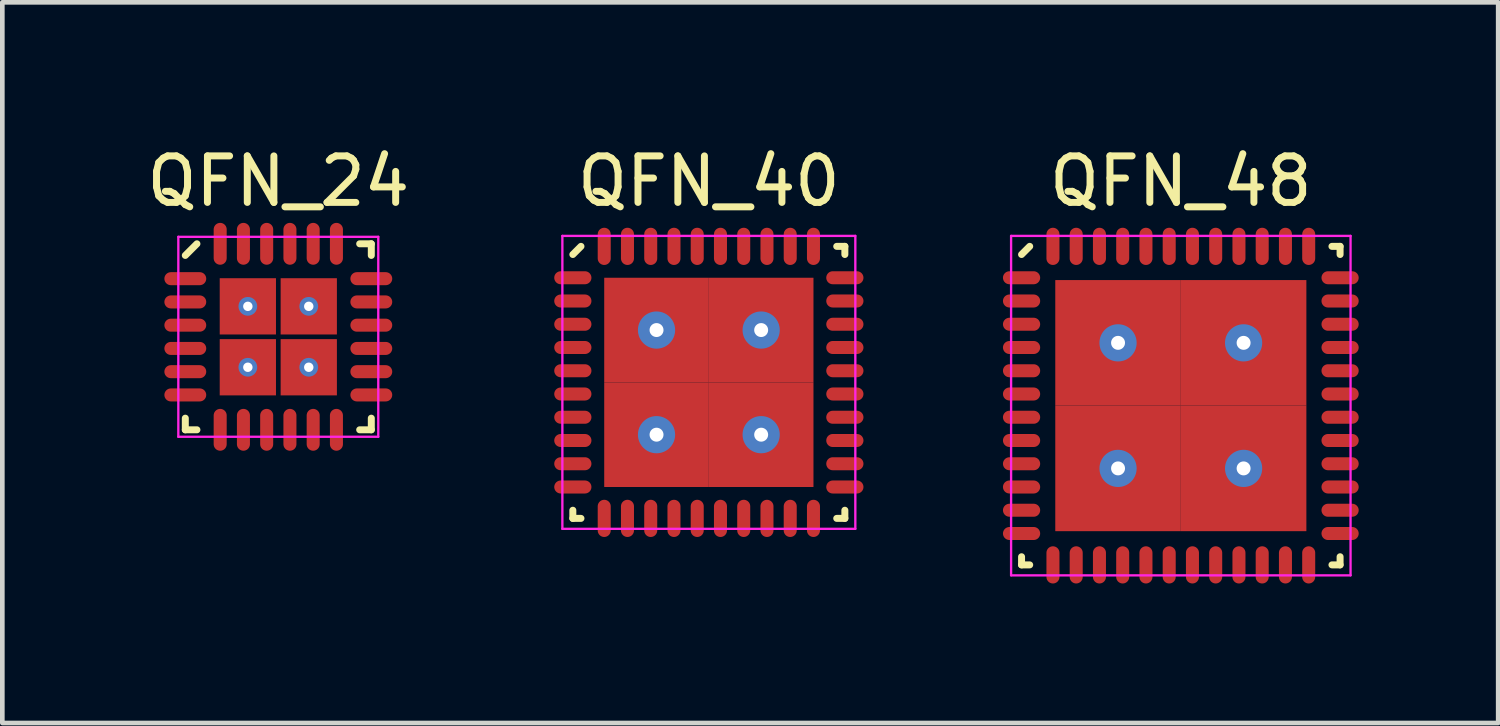
<source format=kicad_pcb>
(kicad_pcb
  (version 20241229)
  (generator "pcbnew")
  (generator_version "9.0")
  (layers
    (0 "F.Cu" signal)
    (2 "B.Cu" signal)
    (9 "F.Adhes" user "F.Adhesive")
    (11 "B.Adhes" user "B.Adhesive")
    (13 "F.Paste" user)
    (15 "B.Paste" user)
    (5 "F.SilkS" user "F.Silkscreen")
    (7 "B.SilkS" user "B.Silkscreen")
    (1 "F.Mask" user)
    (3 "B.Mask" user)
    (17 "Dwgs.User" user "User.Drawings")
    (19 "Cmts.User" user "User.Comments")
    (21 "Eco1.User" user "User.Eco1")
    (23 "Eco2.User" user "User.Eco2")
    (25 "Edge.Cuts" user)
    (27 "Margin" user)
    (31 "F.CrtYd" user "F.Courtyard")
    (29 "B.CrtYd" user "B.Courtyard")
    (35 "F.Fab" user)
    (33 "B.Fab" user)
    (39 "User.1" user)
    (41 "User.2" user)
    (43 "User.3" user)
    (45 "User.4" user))
  (footprint "QFN_40"
    (layer "F.Cu")
    (at 12.194 5.173)
    (property "Reference" "QFN_40" (at 0 -4.325 0) (layer "F.SilkS") (effects (font (size 1 1) (thickness 0.15))))
    (attr smd)
    (fp_line (start -2.925 -2.75) (end -2.75 -2.925) (stroke (width 0.15) (type solid)) (layer "F.SilkS"))
    (fp_line (start -2.925 2.925) (end -2.925 2.75) (stroke (width 0.15) (type solid)) (layer "F.SilkS"))
    (fp_line (start -2.75 2.925) (end -2.925 2.925) (stroke (width 0.15) (type solid)) (layer "F.SilkS"))
    (fp_line (start 2.75 -2.925) (end 2.925 -2.925) (stroke (width 0.15) (type solid)) (layer "F.SilkS"))
    (fp_line (start 2.75 2.925) (end 2.925 2.925) (stroke (width 0.15) (type solid)) (layer "F.SilkS"))
    (fp_line (start 2.925 -2.925) (end 2.925 -2.75) (stroke (width 0.15) (type solid)) (layer "F.SilkS"))
    (fp_line (start 2.925 2.925) (end 2.925 2.75) (stroke (width 0.15) (type solid)) (layer "F.SilkS"))
    (fp_line (start -3.15 -3.15) (end 3.15 -3.15) (stroke (width 0.05) (type solid)) (layer "F.CrtYd"))
    (fp_line (start -3.15 3.15) (end -3.15 -3.15) (stroke (width 0.05) (type solid)) (layer "F.CrtYd"))
    (fp_line (start 3.15 -3.15) (end 3.15 3.15) (stroke (width 0.05) (type solid)) (layer "F.CrtYd"))
    (fp_line (start 3.15 3.15) (end -3.15 3.15) (stroke (width 0.05) (type solid)) (layer "F.CrtYd"))
    (pad "1" smd oval (at -2.925 -2.25 90) (size 0.28 0.8) (layers "F.Cu" "F.Mask" "F.Paste"))
    (pad "2" smd oval (at -2.925 -1.75 90) (size 0.28 0.8) (layers "F.Cu" "F.Mask" "F.Paste"))
    (pad "3" smd oval (at -2.925 -1.25 90) (size 0.28 0.8) (layers "F.Cu" "F.Mask" "F.Paste"))
    (pad "4" smd oval (at -2.925 -0.75 90) (size 0.28 0.8) (layers "F.Cu" "F.Mask" "F.Paste"))
    (pad "5" smd oval (at -2.925 -0.25 90) (size 0.28 0.8) (layers "F.Cu" "F.Mask" "F.Paste"))
    (pad "6" smd oval (at -2.925 0.25 90) (size 0.28 0.8) (layers "F.Cu" "F.Mask" "F.Paste"))
    (pad "7" smd oval (at -2.925 0.75 90) (size 0.28 0.8) (layers "F.Cu" "F.Mask" "F.Paste"))
    (pad "8" smd oval (at -2.925 1.25 90) (size 0.28 0.8) (layers "F.Cu" "F.Mask" "F.Paste"))
    (pad "9" smd oval (at -2.925 1.75 90) (size 0.28 0.8) (layers "F.Cu" "F.Mask" "F.Paste"))
    (pad "10" smd oval (at -2.925 2.25 90) (size 0.28 0.8) (layers "F.Cu" "F.Mask" "F.Paste"))
    (pad "11" smd oval (at -2.25 2.925) (size 0.28 0.8) (layers "F.Cu" "F.Mask" "F.Paste"))
    (pad "12" smd oval (at -1.75 2.925) (size 0.28 0.8) (layers "F.Cu" "F.Mask" "F.Paste"))
    (pad "13" smd oval (at -1.25 2.925) (size 0.28 0.8) (layers "F.Cu" "F.Mask" "F.Paste"))
    (pad "14" smd oval (at -0.75 2.925) (size 0.28 0.8) (layers "F.Cu" "F.Mask" "F.Paste"))
    (pad "15" smd oval (at -0.25 2.925) (size 0.28 0.8) (layers "F.Cu" "F.Mask" "F.Paste"))
    (pad "16" smd oval (at 0.25 2.925) (size 0.28 0.8) (layers "F.Cu" "F.Mask" "F.Paste"))
    (pad "17" smd oval (at 0.75 2.925) (size 0.28 0.8) (layers "F.Cu" "F.Mask" "F.Paste"))
    (pad "18" smd oval (at 1.25 2.925) (size 0.28 0.8) (layers "F.Cu" "F.Mask" "F.Paste"))
    (pad "19" smd oval (at 1.75 2.925) (size 0.28 0.8) (layers "F.Cu" "F.Mask" "F.Paste"))
    (pad "20" smd oval (at 2.25 2.925) (size 0.28 0.8) (layers "F.Cu" "F.Mask" "F.Paste"))
    (pad "21" smd oval (at 2.925 2.25 90) (size 0.28 0.8) (layers "F.Cu" "F.Mask" "F.Paste"))
    (pad "22" smd oval (at 2.925 1.75 90) (size 0.28 0.8) (layers "F.Cu" "F.Mask" "F.Paste"))
    (pad "23" smd oval (at 2.925 1.25 90) (size 0.28 0.8) (layers "F.Cu" "F.Mask" "F.Paste"))
    (pad "24" smd oval (at 2.925 0.75 90) (size 0.28 0.8) (layers "F.Cu" "F.Mask" "F.Paste"))
    (pad "25" smd oval (at 2.925 0.25 90) (size 0.28 0.8) (layers "F.Cu" "F.Mask" "F.Paste"))
    (pad "26" smd oval (at 2.925 -0.25 90) (size 0.28 0.8) (layers "F.Cu" "F.Mask" "F.Paste"))
    (pad "27" smd oval (at 2.925 -0.75 90) (size 0.28 0.8) (layers "F.Cu" "F.Mask" "F.Paste"))
    (pad "28" smd oval (at 2.925 -1.25 90) (size 0.28 0.8) (layers "F.Cu" "F.Mask" "F.Paste"))
    (pad "29" smd oval (at 2.925 -1.75 90) (size 0.28 0.8) (layers "F.Cu" "F.Mask" "F.Paste"))
    (pad "30" smd oval (at 2.925 -2.25 90) (size 0.28 0.8) (layers "F.Cu" "F.Mask" "F.Paste"))
    (pad "31" smd oval (at 2.25 -2.925) (size 0.28 0.8) (layers "F.Cu" "F.Mask" "F.Paste"))
    (pad "32" smd oval (at 1.75 -2.925) (size 0.28 0.8) (layers "F.Cu" "F.Mask" "F.Paste"))
    (pad "33" smd oval (at 1.25 -2.925) (size 0.28 0.8) (layers "F.Cu" "F.Mask" "F.Paste"))
    (pad "34" smd oval (at 0.75 -2.925) (size 0.28 0.8) (layers "F.Cu" "F.Mask" "F.Paste"))
    (pad "35" smd oval (at 0.25 -2.925) (size 0.28 0.8) (layers "F.Cu" "F.Mask" "F.Paste"))
    (pad "36" smd oval (at -0.25 -2.925) (size 0.28 0.8) (layers "F.Cu" "F.Mask" "F.Paste"))
    (pad "37" smd oval (at -0.75 -2.925) (size 0.28 0.8) (layers "F.Cu" "F.Mask" "F.Paste"))
    (pad "38" smd oval (at -1.25 -2.925) (size 0.28 0.8) (layers "F.Cu" "F.Mask" "F.Paste"))
    (pad "39" smd oval (at -1.75 -2.925) (size 0.28 0.8) (layers "F.Cu" "F.Mask" "F.Paste"))
    (pad "40" smd oval (at -2.25 -2.925) (size 0.28 0.8) (layers "F.Cu" "F.Mask" "F.Paste"))
    (pad "41" thru_hole circle (at -1.125 -1.125) (size 0.8 0.8) (drill 0.3) (layers "*.Cu" "*.Mask"))
    (pad "41" smd rect (at -1.125 -1.125) (size 2.25 2.25) (layers "F.Cu" "F.Mask" "F.Paste"))
    (pad "41" thru_hole circle (at -1.125 1.125) (size 0.8 0.8) (drill 0.3) (layers "*.Cu" "*.Mask"))
    (pad "41" smd rect (at -1.125 1.125) (size 2.25 2.25) (layers "F.Cu" "F.Mask" "F.Paste"))
    (pad "41" thru_hole circle (at 1.125 -1.125) (size 0.8 0.8) (drill 0.3) (layers "*.Cu" "*.Mask"))
    (pad "41" smd rect (at 1.125 -1.125) (size 2.25 2.25) (layers "F.Cu" "F.Mask" "F.Paste"))
    (pad "41" thru_hole circle (at 1.125 1.125) (size 0.8 0.8) (drill 0.3) (layers "*.Cu" "*.Mask"))
    (pad "41" smd rect (at 1.125 1.125) (size 2.25 2.25) (layers "F.Cu" "F.Mask" "F.Paste")))
  (footprint "QFN_48"
    (layer "F.Cu")
    (at 22.344 5.673)
    (property "Reference" "QFN_48" (at 0 -4.825 0) (layer "F.SilkS") (effects (font (size 1 1) (thickness 0.15))))
    (attr smd)
    (fp_line (start -3.425 -3.25) (end -3.25 -3.425) (stroke (width 0.15) (type solid)) (layer "F.SilkS"))
    (fp_line (start -3.425 3.425) (end -3.425 3.25) (stroke (width 0.15) (type solid)) (layer "F.SilkS"))
    (fp_line (start -3.25 3.425) (end -3.425 3.425) (stroke (width 0.15) (type solid)) (layer "F.SilkS"))
    (fp_line (start 3.25 -3.425) (end 3.425 -3.425) (stroke (width 0.15) (type solid)) (layer "F.SilkS"))
    (fp_line (start 3.25 3.425) (end 3.425 3.425) (stroke (width 0.15) (type solid)) (layer "F.SilkS"))
    (fp_line (start 3.425 -3.425) (end 3.425 -3.25) (stroke (width 0.15) (type solid)) (layer "F.SilkS"))
    (fp_line (start 3.425 3.425) (end 3.425 3.25) (stroke (width 0.15) (type solid)) (layer "F.SilkS"))
    (fp_line (start -3.65 -3.65) (end 3.65 -3.65) (stroke (width 0.05) (type solid)) (layer "F.CrtYd"))
    (fp_line (start -3.65 3.65) (end -3.65 -3.65) (stroke (width 0.05) (type solid)) (layer "F.CrtYd"))
    (fp_line (start 3.65 -3.65) (end 3.65 3.65) (stroke (width 0.05) (type solid)) (layer "F.CrtYd"))
    (fp_line (start 3.65 3.65) (end -3.65 3.65) (stroke (width 0.05) (type solid)) (layer "F.CrtYd"))
    (pad "1" smd oval (at -3.425 -2.75 90) (size 0.28 0.8) (layers "F.Cu" "F.Mask" "F.Paste"))
    (pad "2" smd oval (at -3.425 -2.25 90) (size 0.28 0.8) (layers "F.Cu" "F.Mask" "F.Paste"))
    (pad "3" smd oval (at -3.425 -1.75 90) (size 0.28 0.8) (layers "F.Cu" "F.Mask" "F.Paste"))
    (pad "4" smd oval (at -3.425 -1.25 90) (size 0.28 0.8) (layers "F.Cu" "F.Mask" "F.Paste"))
    (pad "5" smd oval (at -3.425 -0.75 90) (size 0.28 0.8) (layers "F.Cu" "F.Mask" "F.Paste"))
    (pad "6" smd oval (at -3.425 -0.25 90) (size 0.28 0.8) (layers "F.Cu" "F.Mask" "F.Paste"))
    (pad "7" smd oval (at -3.425 0.25 90) (size 0.28 0.8) (layers "F.Cu" "F.Mask" "F.Paste"))
    (pad "8" smd oval (at -3.425 0.75 90) (size 0.28 0.8) (layers "F.Cu" "F.Mask" "F.Paste"))
    (pad "9" smd oval (at -3.425 1.25 90) (size 0.28 0.8) (layers "F.Cu" "F.Mask" "F.Paste"))
    (pad "10" smd oval (at -3.425 1.75 90) (size 0.28 0.8) (layers "F.Cu" "F.Mask" "F.Paste"))
    (pad "11" smd oval (at -3.425 2.25 90) (size 0.28 0.8) (layers "F.Cu" "F.Mask" "F.Paste"))
    (pad "12" smd oval (at -3.425 2.75 90) (size 0.28 0.8) (layers "F.Cu" "F.Mask" "F.Paste"))
    (pad "13" smd oval (at -2.75 3.425) (size 0.28 0.8) (layers "F.Cu" "F.Mask" "F.Paste"))
    (pad "14" smd oval (at -2.25 3.425) (size 0.28 0.8) (layers "F.Cu" "F.Mask" "F.Paste"))
    (pad "15" smd oval (at -1.75 3.425) (size 0.28 0.8) (layers "F.Cu" "F.Mask" "F.Paste"))
    (pad "16" smd oval (at -1.25 3.425) (size 0.28 0.8) (layers "F.Cu" "F.Mask" "F.Paste"))
    (pad "17" smd oval (at -0.75 3.425) (size 0.28 0.8) (layers "F.Cu" "F.Mask" "F.Paste"))
    (pad "18" smd oval (at -0.25 3.425) (size 0.28 0.8) (layers "F.Cu" "F.Mask" "F.Paste"))
    (pad "19" smd oval (at 0.25 3.425) (size 0.28 0.8) (layers "F.Cu" "F.Mask" "F.Paste"))
    (pad "20" smd oval (at 0.75 3.425) (size 0.28 0.8) (layers "F.Cu" "F.Mask" "F.Paste"))
    (pad "21" smd oval (at 1.25 3.425) (size 0.28 0.8) (layers "F.Cu" "F.Mask" "F.Paste"))
    (pad "22" smd oval (at 1.75 3.425) (size 0.28 0.8) (layers "F.Cu" "F.Mask" "F.Paste"))
    (pad "23" smd oval (at 2.25 3.425) (size 0.28 0.8) (layers "F.Cu" "F.Mask" "F.Paste"))
    (pad "24" smd oval (at 2.75 3.425) (size 0.28 0.8) (layers "F.Cu" "F.Mask" "F.Paste"))
    (pad "25" smd oval (at 3.425 2.75 90) (size 0.28 0.8) (layers "F.Cu" "F.Mask" "F.Paste"))
    (pad "26" smd oval (at 3.425 2.25 90) (size 0.28 0.8) (layers "F.Cu" "F.Mask" "F.Paste"))
    (pad "27" smd oval (at 3.425 1.75 90) (size 0.28 0.8) (layers "F.Cu" "F.Mask" "F.Paste"))
    (pad "28" smd oval (at 3.425 1.25 90) (size 0.28 0.8) (layers "F.Cu" "F.Mask" "F.Paste"))
    (pad "29" smd oval (at 3.425 0.75 90) (size 0.28 0.8) (layers "F.Cu" "F.Mask" "F.Paste"))
    (pad "30" smd oval (at 3.425 0.25 90) (size 0.28 0.8) (layers "F.Cu" "F.Mask" "F.Paste"))
    (pad "31" smd oval (at 3.425 -0.25 90) (size 0.28 0.8) (layers "F.Cu" "F.Mask" "F.Paste"))
    (pad "32" smd oval (at 3.425 -0.75 90) (size 0.28 0.8) (layers "F.Cu" "F.Mask" "F.Paste"))
    (pad "33" smd oval (at 3.425 -1.25 90) (size 0.28 0.8) (layers "F.Cu" "F.Mask" "F.Paste"))
    (pad "34" smd oval (at 3.425 -1.75 90) (size 0.28 0.8) (layers "F.Cu" "F.Mask" "F.Paste"))
    (pad "35" smd oval (at 3.425 -2.25 90) (size 0.28 0.8) (layers "F.Cu" "F.Mask" "F.Paste"))
    (pad "36" smd oval (at 3.425 -2.75 90) (size 0.28 0.8) (layers "F.Cu" "F.Mask" "F.Paste"))
    (pad "37" smd oval (at 2.75 -3.425) (size 0.28 0.8) (layers "F.Cu" "F.Mask" "F.Paste"))
    (pad "38" smd oval (at 2.25 -3.425) (size 0.28 0.8) (layers "F.Cu" "F.Mask" "F.Paste"))
    (pad "39" smd oval (at 1.75 -3.425) (size 0.28 0.8) (layers "F.Cu" "F.Mask" "F.Paste"))
    (pad "40" smd oval (at 1.25 -3.425) (size 0.28 0.8) (layers "F.Cu" "F.Mask" "F.Paste"))
    (pad "41" smd oval (at 0.75 -3.425) (size 0.28 0.8) (layers "F.Cu" "F.Mask" "F.Paste"))
    (pad "42" smd oval (at 0.25 -3.425) (size 0.28 0.8) (layers "F.Cu" "F.Mask" "F.Paste"))
    (pad "43" smd oval (at -0.25 -3.425) (size 0.28 0.8) (layers "F.Cu" "F.Mask" "F.Paste"))
    (pad "44" smd oval (at -0.75 -3.425) (size 0.28 0.8) (layers "F.Cu" "F.Mask" "F.Paste"))
    (pad "45" smd oval (at -1.25 -3.425) (size 0.28 0.8) (layers "F.Cu" "F.Mask" "F.Paste"))
    (pad "46" smd oval (at -1.75 -3.425) (size 0.28 0.8) (layers "F.Cu" "F.Mask" "F.Paste"))
    (pad "47" smd oval (at -2.25 -3.425) (size 0.28 0.8) (layers "F.Cu" "F.Mask" "F.Paste"))
    (pad "48" smd oval (at -2.75 -3.425) (size 0.28 0.8) (layers "F.Cu" "F.Mask" "F.Paste"))
    (pad "49" thru_hole circle (at -1.35 -1.35) (size 0.8 0.8) (drill 0.3) (layers "*.Cu" "*.Mask"))
    (pad "49" smd rect (at -1.35 -1.35) (size 2.7 2.7) (layers "F.Cu" "F.Mask" "F.Paste"))
    (pad "49" thru_hole circle (at -1.35 1.35) (size 0.8 0.8) (drill 0.3) (layers "*.Cu" "*.Mask"))
    (pad "49" smd rect (at -1.35 1.35) (size 2.7 2.7) (layers "F.Cu" "F.Mask" "F.Paste"))
    (pad "49" thru_hole circle (at 1.35 -1.35) (size 0.8 0.8) (drill 0.3) (layers "*.Cu" "*.Mask"))
    (pad "49" smd rect (at 1.35 -1.35) (size 2.7 2.7) (layers "F.Cu" "F.Mask" "F.Paste"))
    (pad "49" thru_hole circle (at 1.35 1.35) (size 0.8 0.8) (drill 0.3) (layers "*.Cu" "*.Mask"))
    (pad "49" smd rect (at 1.35 1.35) (size 2.7 2.7) (layers "F.Cu" "F.Mask" "F.Paste")))
  (footprint "QFN_24"
    (layer "F.Cu")
    (at 2.935 4.193)
    (property "Reference" "QFN_24" (at 0 -3.345 0) (layer "F.SilkS") (effects (font (size 1 1) (thickness 0.15))))
    (attr smd)
    (fp_line (start -2 -1.75) (end -1.75 -2) (stroke (width 0.15) (type solid)) (layer "F.SilkS"))
    (fp_line (start -2 2) (end -2 1.75) (stroke (width 0.15) (type solid)) (layer "F.SilkS"))
    (fp_line (start -1.75 2) (end -2 2) (stroke (width 0.15) (type solid)) (layer "F.SilkS"))
    (fp_line (start 1.75 -2) (end 2 -2) (stroke (width 0.15) (type solid)) (layer "F.SilkS"))
    (fp_line (start 1.75 2) (end 2 2) (stroke (width 0.15) (type solid)) (layer "F.SilkS"))
    (fp_line (start 2 -2) (end 2 -1.75) (stroke (width 0.15) (type solid)) (layer "F.SilkS"))
    (fp_line (start 2 2) (end 2 1.75) (stroke (width 0.15) (type solid)) (layer "F.SilkS"))
    (fp_line (start -2.15 -2.15) (end 2.15 -2.15) (stroke (width 0.05) (type solid)) (layer "F.CrtYd"))
    (fp_line (start -2.15 2.15) (end -2.15 -2.15) (stroke (width 0.05) (type solid)) (layer "F.CrtYd"))
    (fp_line (start 2.15 -2.15) (end 2.15 2.15) (stroke (width 0.05) (type solid)) (layer "F.CrtYd"))
    (fp_line (start 2.15 2.15) (end -2.15 2.15) (stroke (width 0.05) (type solid)) (layer "F.CrtYd"))
    (pad "" smd rect (at 0 0) (size 2.62 2.62) (layers "F.Mask"))
    (pad "1" smd oval (at -2 -1.25 90) (size 0.28 0.9) (layers "F.Cu" "F.Mask" "F.Paste"))
    (pad "2" smd oval (at -2 -0.75 90) (size 0.28 0.9) (layers "F.Cu" "F.Mask" "F.Paste"))
    (pad "3" smd oval (at -2 -0.25 90) (size 0.28 0.9) (layers "F.Cu" "F.Mask" "F.Paste"))
    (pad "4" smd oval (at -2 0.25 90) (size 0.28 0.9) (layers "F.Cu" "F.Mask" "F.Paste"))
    (pad "5" smd oval (at -2 0.75 90) (size 0.28 0.9) (layers "F.Cu" "F.Mask" "F.Paste"))
    (pad "6" smd oval (at -2 1.25 90) (size 0.28 0.9) (layers "F.Cu" "F.Mask" "F.Paste"))
    (pad "7" smd oval (at -1.25 2) (size 0.28 0.9) (layers "F.Cu" "F.Mask" "F.Paste"))
    (pad "8" smd oval (at -0.75 2) (size 0.28 0.9) (layers "F.Cu" "F.Mask" "F.Paste"))
    (pad "9" smd oval (at -0.25 2) (size 0.28 0.9) (layers "F.Cu" "F.Mask" "F.Paste"))
    (pad "10" smd oval (at 0.25 2) (size 0.28 0.9) (layers "F.Cu" "F.Mask" "F.Paste"))
    (pad "11" smd oval (at 0.75 2) (size 0.28 0.9) (layers "F.Cu" "F.Mask" "F.Paste"))
    (pad "12" smd oval (at 1.25 2) (size 0.28 0.9) (layers "F.Cu" "F.Mask" "F.Paste"))
    (pad "13" smd oval (at 2 1.25 90) (size 0.28 0.9) (layers "F.Cu" "F.Mask" "F.Paste"))
    (pad "14" smd oval (at 2 0.75 90) (size 0.28 0.9) (layers "F.Cu" "F.Mask" "F.Paste"))
    (pad "15" smd oval (at 2 0.25 90) (size 0.28 0.9) (layers "F.Cu" "F.Mask" "F.Paste"))
    (pad "16" smd oval (at 2 -0.25 90) (size 0.28 0.9) (layers "F.Cu" "F.Mask" "F.Paste"))
    (pad "17" smd oval (at 2 -0.75 90) (size 0.28 0.9) (layers "F.Cu" "F.Mask" "F.Paste"))
    (pad "18" smd oval (at 2 -1.25 90) (size 0.28 0.9) (layers "F.Cu" "F.Mask" "F.Paste"))
    (pad "19" smd oval (at 1.25 -2) (size 0.28 0.9) (layers "F.Cu" "F.Mask" "F.Paste"))
    (pad "20" smd oval (at 0.75 -2) (size 0.28 0.9) (layers "F.Cu" "F.Mask" "F.Paste"))
    (pad "21" smd oval (at 0.25 -2) (size 0.28 0.9) (layers "F.Cu" "F.Mask" "F.Paste"))
    (pad "22" smd oval (at -0.25 -2) (size 0.28 0.9) (layers "F.Cu" "F.Mask" "F.Paste"))
    (pad "23" smd oval (at -0.75 -2) (size 0.28 0.9) (layers "F.Cu" "F.Mask" "F.Paste"))
    (pad "24" smd oval (at -1.25 -2) (size 0.28 0.9) (layers "F.Cu" "F.Mask" "F.Paste"))
    (pad "25" thru_hole circle (at -0.655 -0.655) (size 0.403 0.403) (drill 0.202) (layers "*.Cu" "*.Mask"))
    (pad "25" smd rect (at -0.655 -0.655) (size 1.21 1.21) (layers "F.Cu" "F.Mask" "F.Paste"))
    (pad "25" thru_hole circle (at -0.655 0.655) (size 0.403 0.403) (drill 0.202) (layers "*.Cu" "*.Mask"))
    (pad "25" smd rect (at -0.655 0.655) (size 1.21 1.21) (layers "F.Cu" "F.Mask" "F.Paste"))
    (pad "25" thru_hole circle (at 0.655 -0.655) (size 0.403 0.403) (drill 0.202) (layers "*.Cu" "*.Mask"))
    (pad "25" smd rect (at 0.655 -0.655) (size 1.21 1.21) (layers "F.Cu" "F.Mask" "F.Paste"))
    (pad "25" thru_hole circle (at 0.655 0.655) (size 0.403 0.403) (drill 0.202) (layers "*.Cu" "*.Mask"))
    (pad "25" smd rect (at 0.655 0.655) (size 1.21 1.21) (layers "F.Cu" "F.Mask" "F.Paste")))
  (gr_rect
    (start -3 -3)
    (end 29.169 12.498)
    (stroke (width 0.1) (type default))
    (fill no)
    (layer "Edge.Cuts")))
</source>
